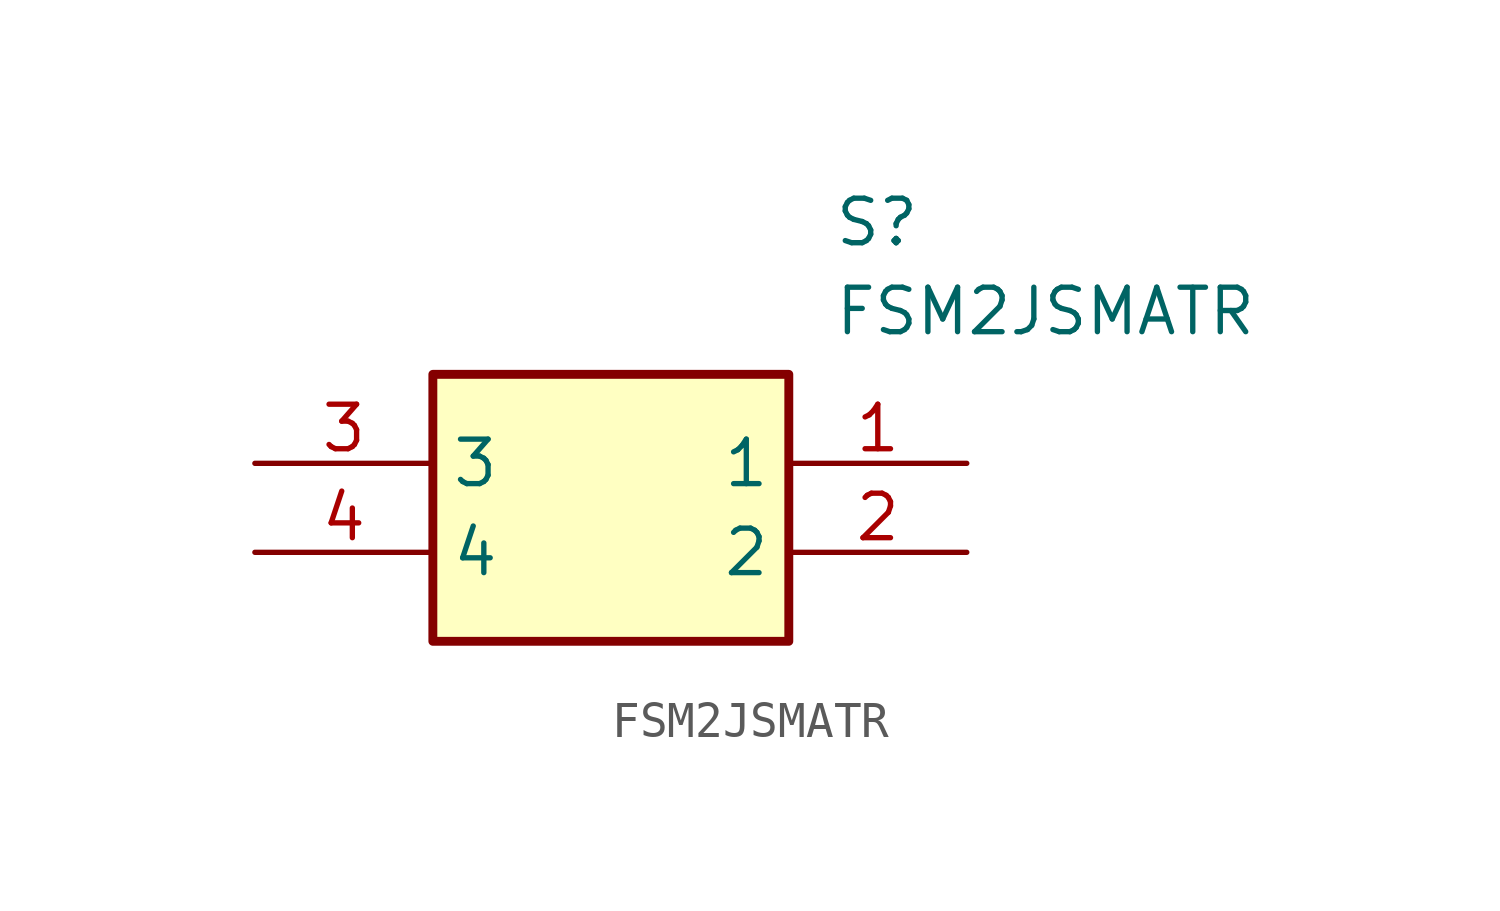
<source format=kicad_sym>
(kicad_symbol_lib
  (version 20211014)
  (generator SamacSys_ECAD_Model)
  (symbol "FSM2JSMATR"
    (property "Reference" "S"
      (at 16.51 7.62 0)
      (effects (font (size 1.27 1.27)) (justify left top)))
    (property "Value" "FSM2JSMATR"
      (at 16.51 5.08 0)
      (effects (font (size 1.27 1.27)) (justify left top)))
    (rectangle
      (start 5.08 2.54)
      (end 15.24 -5.08)
      (stroke (width 0.254) (type default))
      (fill (type background)))
    (pin passive line
      (at 20.32 0 180)
      (length 5.08)
      (name "1" (effects (font (size 1.27 1.27))))
      (number "1" (effects (font (size 1.27 1.27)))))
    (pin passive line
      (at 20.32 -2.54 180)
      (length 5.08)
      (name "2" (effects (font (size 1.27 1.27))))
      (number "2" (effects (font (size 1.27 1.27)))))
    (pin passive line
      (at 0 0 0)
      (length 5.08)
      (name "3" (effects (font (size 1.27 1.27))))
      (number "3" (effects (font (size 1.27 1.27)))))
    (pin passive line
      (at 0 -2.54 0)
      (length 5.08)
      (name "4" (effects (font (size 1.27 1.27))))
      (number "4" (effects (font (size 1.27 1.27)))))))
</source>
